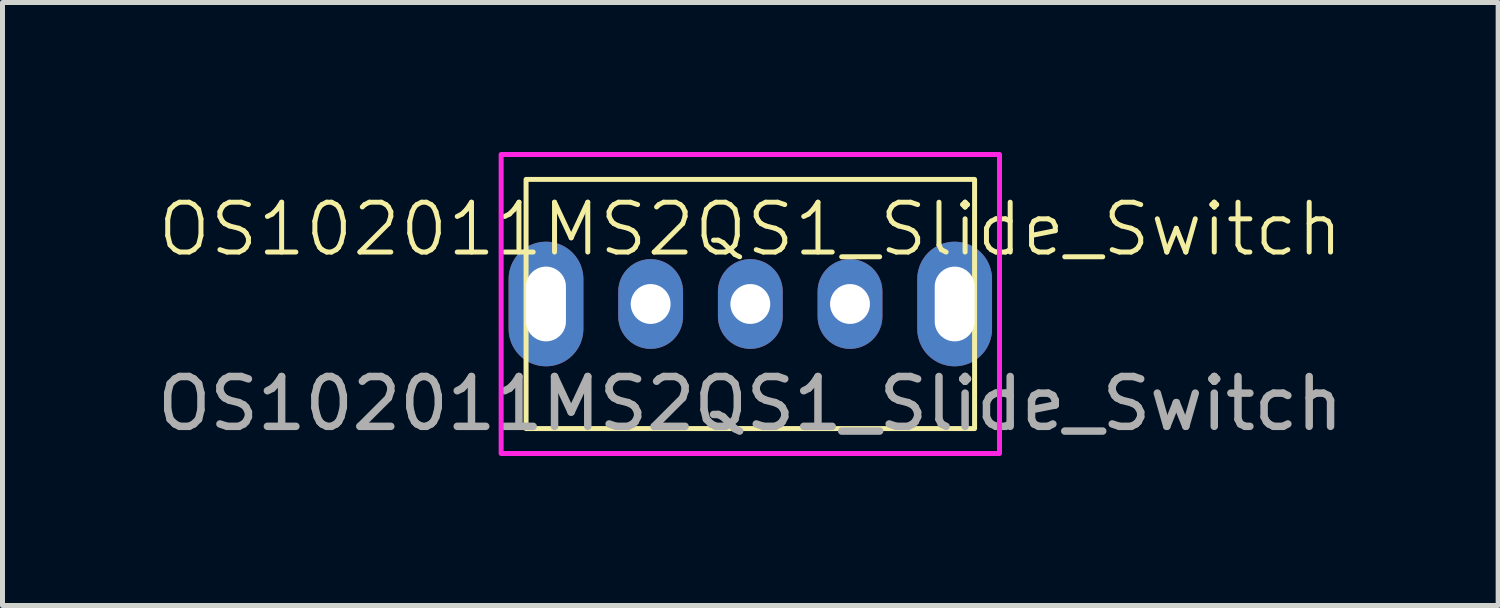
<source format=kicad_pcb>
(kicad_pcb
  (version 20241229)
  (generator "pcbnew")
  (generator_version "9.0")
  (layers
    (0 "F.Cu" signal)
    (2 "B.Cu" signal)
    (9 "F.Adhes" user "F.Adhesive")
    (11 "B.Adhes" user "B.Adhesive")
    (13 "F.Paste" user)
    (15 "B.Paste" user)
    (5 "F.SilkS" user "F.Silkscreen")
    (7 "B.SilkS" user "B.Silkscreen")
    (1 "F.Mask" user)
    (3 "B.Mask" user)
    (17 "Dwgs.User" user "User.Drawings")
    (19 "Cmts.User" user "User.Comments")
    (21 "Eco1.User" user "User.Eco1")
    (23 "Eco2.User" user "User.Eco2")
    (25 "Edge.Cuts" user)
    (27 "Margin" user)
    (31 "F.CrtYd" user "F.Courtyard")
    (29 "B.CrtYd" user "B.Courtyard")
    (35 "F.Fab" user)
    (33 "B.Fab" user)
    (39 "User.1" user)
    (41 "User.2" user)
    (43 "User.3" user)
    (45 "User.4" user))
  (footprint "OS102011MS2QS1_Slide_Switch"
    (layer "F.Cu")
    (at 12.006 3.05)
    (property "Reference" "OS102011MS2QS1_Slide_Switch" (at 0 -1.5 0) (unlocked yes) (layer "F.SilkS") (effects (font (size 1 1) (thickness 0.1))))
    (attr through_hole)
    (fp_rect (start -4.5 -2.5) (end 4.5 2.5) (stroke (width 0.1) (type default)) (fill no) (layer "F.SilkS"))
    (fp_rect (start -5 -3) (end 5 3) (stroke (width 0.1) (type default)) (fill no) (layer "F.CrtYd"))
    (fp_text user "${REFERENCE}" (at 0 2 0) (unlocked yes) (layer "F.Fab") (effects (font (size 1 1) (thickness 0.15))))
    (pad "" thru_hole oval (at -4.1 0) (size 1.5 2.5) (drill oval 0.8 1.5) (layers "*.Cu" "*.Mask"))
    (pad "" thru_hole oval (at 4.1 0) (size 1.5 2.5) (drill oval 0.8 1.5) (layers "*.Cu" "*.Mask"))
    (pad "1" thru_hole oval (at -2 0 90) (size 1.8 1.3) (drill 0.8) (layers "*.Cu" "*.Mask"))
    (pad "2" thru_hole oval (at 0 0 180) (size 1.3 1.8) (drill 0.8) (layers "*.Cu" "*.Mask"))
    (pad "3" thru_hole oval (at 2 0 90) (size 1.8 1.3) (drill 0.8) (layers "*.Cu" "*.Mask")))
  (gr_rect
    (start -3 -3)
    (end 27.012 9.1)
    (stroke (width 0.1) (type default))
    (fill no)
    (layer "Edge.Cuts")))
</source>
